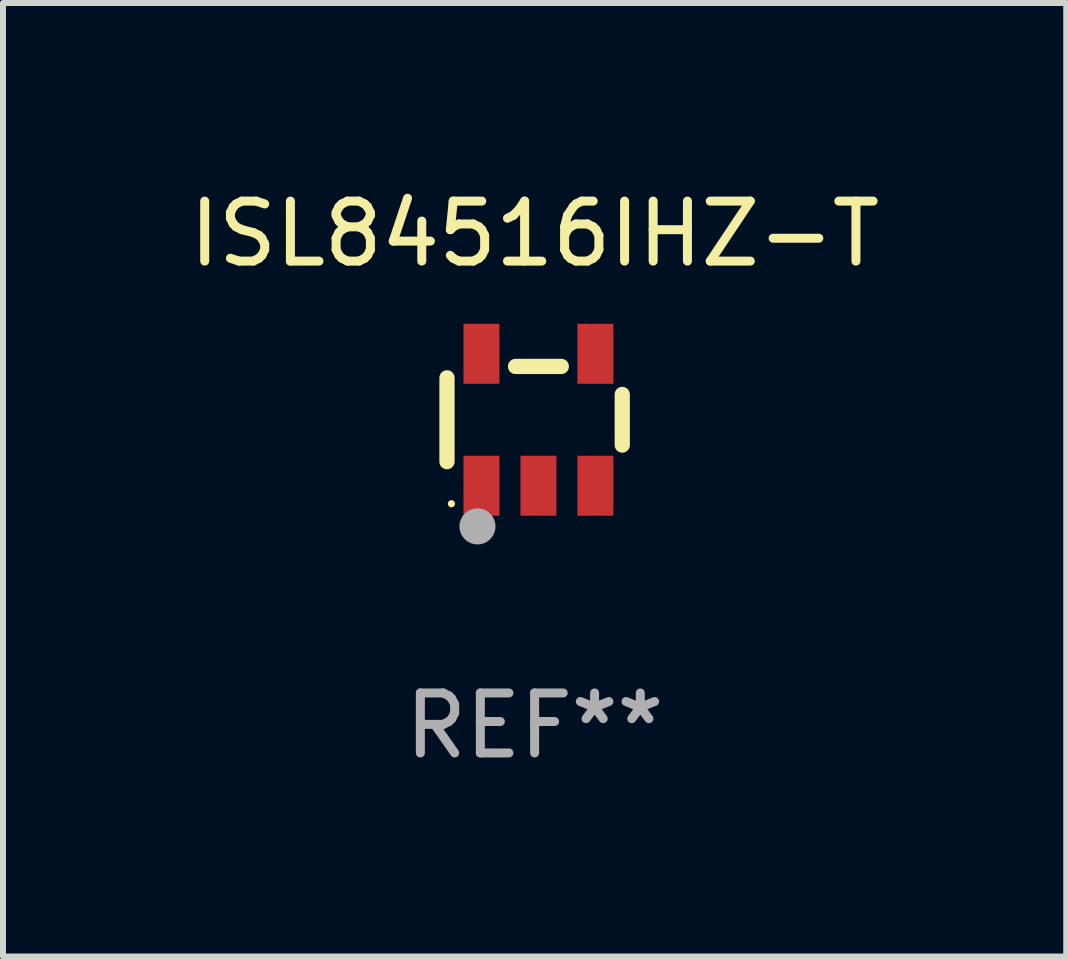
<source format=kicad_pcb>
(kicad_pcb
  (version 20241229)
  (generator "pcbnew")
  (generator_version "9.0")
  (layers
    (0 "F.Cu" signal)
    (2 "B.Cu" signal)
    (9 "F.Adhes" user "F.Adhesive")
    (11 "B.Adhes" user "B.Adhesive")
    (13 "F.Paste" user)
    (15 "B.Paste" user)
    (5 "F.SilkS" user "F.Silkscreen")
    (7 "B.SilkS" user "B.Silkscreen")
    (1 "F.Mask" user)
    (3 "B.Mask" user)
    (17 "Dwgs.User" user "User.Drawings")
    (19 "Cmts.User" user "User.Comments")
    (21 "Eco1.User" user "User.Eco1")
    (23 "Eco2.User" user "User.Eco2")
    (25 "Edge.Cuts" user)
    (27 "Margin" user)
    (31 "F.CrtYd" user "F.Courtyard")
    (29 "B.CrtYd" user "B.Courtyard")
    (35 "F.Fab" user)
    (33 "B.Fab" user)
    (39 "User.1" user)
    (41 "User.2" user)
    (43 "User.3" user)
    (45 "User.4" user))
  (footprint "ISL84516IHZ-T"
    (layer "F.Cu")
    (at 5.863 3.948)
    (property "Reference" "ISL84516IHZ-T" (at 0 -3.1 0) (layer "F.SilkS") (effects (font (size 1 1) (thickness 0.15))))
    (attr through_hole)
    (fp_line (start -1.461 -0.699) (end -1.461 0.699) (stroke (width 0.254) (type solid)) (layer "F.SilkS"))
    (fp_line (start -0.318 -0.889) (end 0.445 -0.889) (stroke (width 0.254) (type solid)) (layer "F.SilkS"))
    (fp_line (start 1.461 -0.422) (end 1.461 0.422) (stroke (width 0.254) (type solid)) (layer "F.SilkS"))
    (fp_circle (center -1.387 1.4) (end -1.357 1.4) (stroke (width 0.06) (type solid)) (fill no) (layer "F.SilkS"))
    (fp_circle (center -0.953 1.778) (end -0.802 1.778) (stroke (width 0.3) (type solid)) (fill no) (layer "F.Fab"))
    (fp_text user "REF**" (at 0 5.1 0) (layer "F.Fab") (effects (font (size 1 1) (thickness 0.15))))
    (pad "1" smd rect (at -0.886 1.1) (size 0.6 1) (layers "F.Cu" "F.Mask" "F.Paste"))
    (pad "2" smd rect (at 0.064 1.1) (size 0.6 1) (layers "F.Cu" "F.Mask" "F.Paste"))
    (pad "3" smd rect (at 1.013 1.1) (size 0.6 1) (layers "F.Cu" "F.Mask" "F.Paste"))
    (pad "4" smd rect (at 1.013 -1.1) (size 0.6 1) (layers "F.Cu" "F.Mask" "F.Paste"))
    (pad "5" smd rect (at -0.886 -1.1) (size 0.6 1) (layers "F.Cu" "F.Mask" "F.Paste")))
  (gr_rect
    (start -3 -3)
    (end 14.726 12.897)
    (stroke (width 0.1) (type default))
    (fill no)
    (layer "Edge.Cuts")))
</source>
